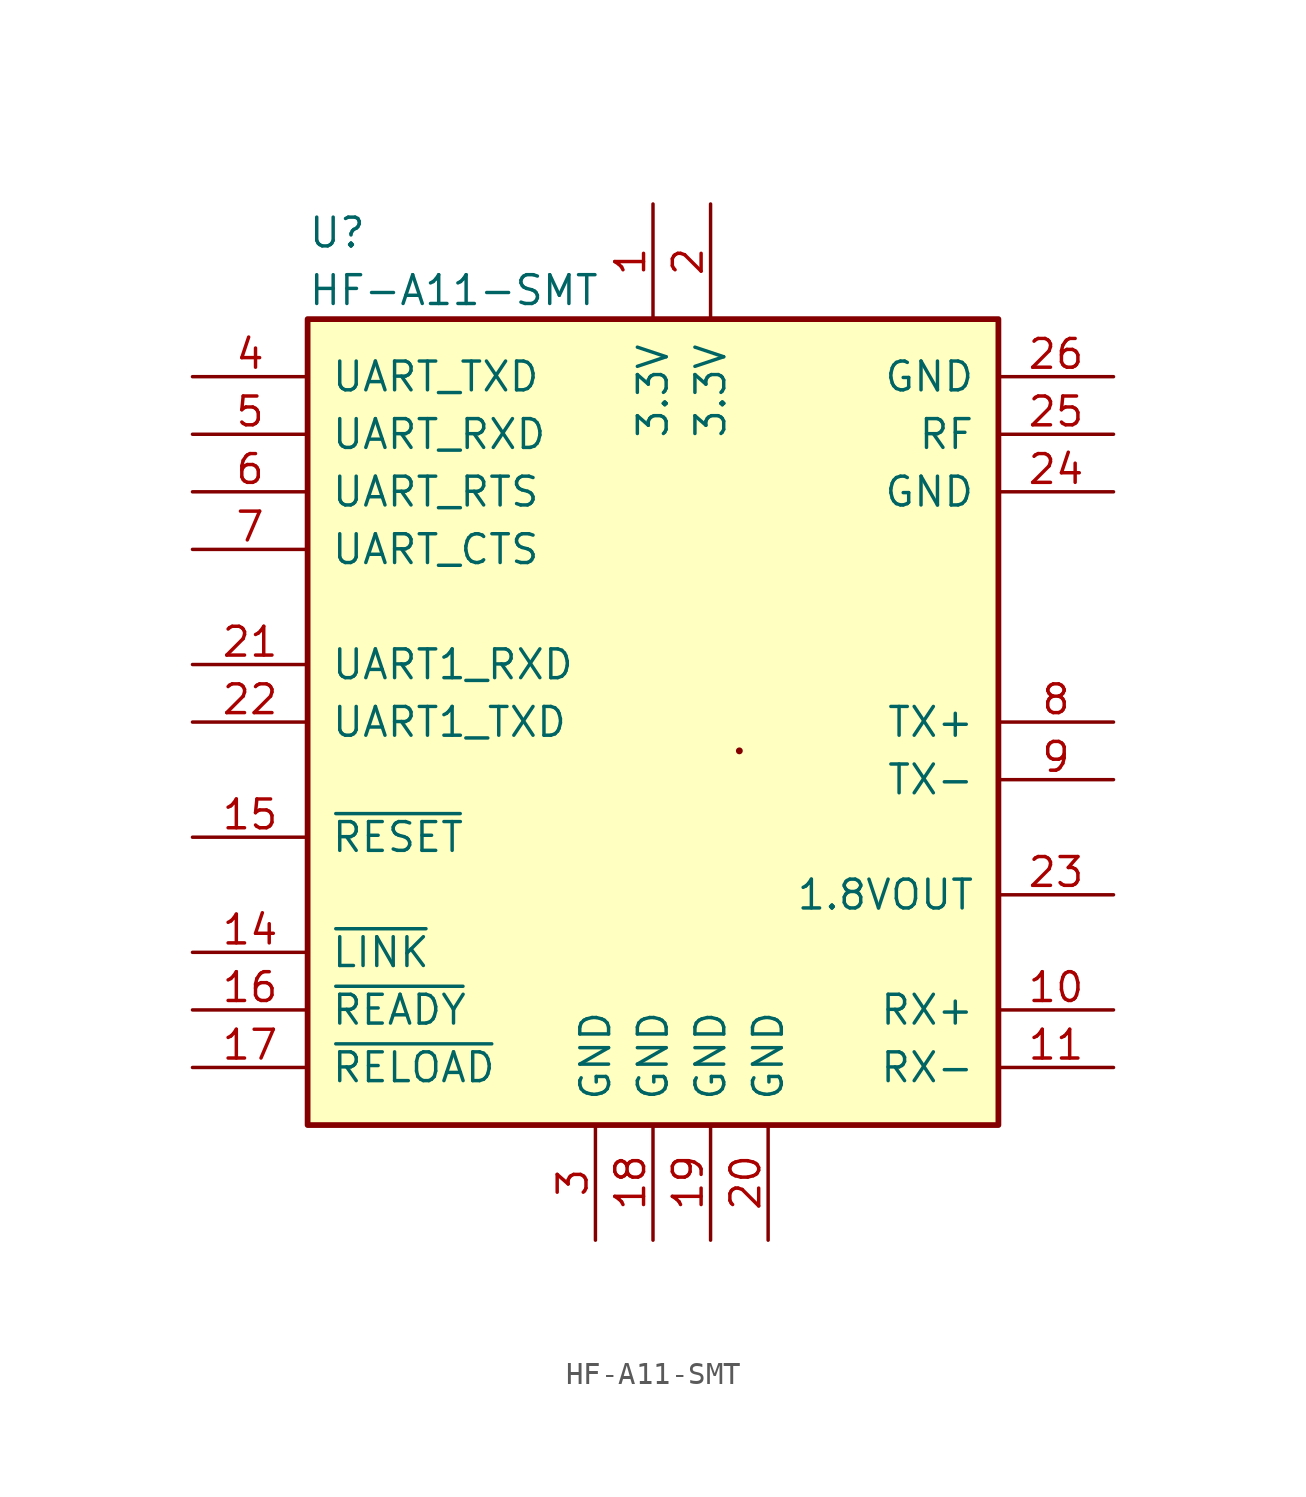
<source format=kicad_sym>
(kicad_symbol_lib
  (version 20220914)
  (generator kicad_symbol_editor)
  (symbol "HF-A11-SMT"
    (pin_names
      (offset 1.016))
    (property "Reference" "U"
      (at -15.24 21.59 0)
      (effects (font (size 1.27 1.27)) (justify left)))
    (property "Value" "HF-A11-SMT"
      (at -15.24 19.05 0)
      (effects (font (size 1.27 1.27)) (justify left)))
    (symbol "HF-A11-SMT_0_1"
      (rectangle (start -15.24 17.78) (end 15.24 -17.78) (stroke (width 0.254) (type default)) (fill (type background)))
      (circle (center 3.81 -1.27) (radius 0.0001) (stroke (width 0) (type default)) (fill (type none))))
    (symbol "HF-A11-SMT_1_1"
      (pin power_in line (at 0 22.86 270) (length 5.08) (name "3.3V" (effects (font (size 1.27 1.27)))) (number "1" (effects (font (size 1.27 1.27)))))
      (pin passive line (at 20.32 -12.7 180) (length 5.08) (name "RX+" (effects (font (size 1.27 1.27)))) (number "10" (effects (font (size 1.27 1.27)))))
      (pin passive line (at 20.32 -15.24 180) (length 5.08) (name "RX-" (effects (font (size 1.27 1.27)))) (number "11" (effects (font (size 1.27 1.27)))))
      (pin output line (at -20.32 -10.16 0) (length 5.08) (name "~{LINK}" (effects (font (size 1.27 1.27)))) (number "14" (effects (font (size 1.27 1.27)))))
      (pin input line (at -20.32 -5.08 0) (length 5.08) (name "~{RESET}" (effects (font (size 1.27 1.27)))) (number "15" (effects (font (size 1.27 1.27)))))
      (pin output line (at -20.32 -12.7 0) (length 5.08) (name "~{READY}" (effects (font (size 1.27 1.27)))) (number "16" (effects (font (size 1.27 1.27)))))
      (pin input line (at -20.32 -15.24 0) (length 5.08) (name "~{RELOAD}" (effects (font (size 1.27 1.27)))) (number "17" (effects (font (size 1.27 1.27)))))
      (pin power_in line (at 0 -22.86 90) (length 5.08) (name "GND" (effects (font (size 1.27 1.27)))) (number "18" (effects (font (size 1.27 1.27)))))
      (pin power_in line (at 2.54 -22.86 90) (length 5.08) (name "GND" (effects (font (size 1.27 1.27)))) (number "19" (effects (font (size 1.27 1.27)))))
      (pin power_in line (at 2.54 22.86 270) (length 5.08) (name "3.3V" (effects (font (size 1.27 1.27)))) (number "2" (effects (font (size 1.27 1.27)))))
      (pin power_in line (at 5.08 -22.86 90) (length 5.08) (name "GND" (effects (font (size 1.27 1.27)))) (number "20" (effects (font (size 1.27 1.27)))))
      (pin input line (at -20.32 2.54 0) (length 5.08) (name "UART1_RXD" (effects (font (size 1.27 1.27)))) (number "21" (effects (font (size 1.27 1.27)))))
      (pin output line (at -20.32 0 0) (length 5.08) (name "UART1_TXD" (effects (font (size 1.27 1.27)))) (number "22" (effects (font (size 1.27 1.27)))))
      (pin power_out line (at 20.32 -7.62 180) (length 5.08) (name "1.8VOUT" (effects (font (size 1.27 1.27)))) (number "23" (effects (font (size 1.27 1.27)))))
      (pin power_in line (at 20.32 10.16 180) (length 5.08) (name "GND" (effects (font (size 1.27 1.27)))) (number "24" (effects (font (size 1.27 1.27)))))
      (pin passive line (at 20.32 12.7 180) (length 5.08) (name "RF" (effects (font (size 1.27 1.27)))) (number "25" (effects (font (size 1.27 1.27)))))
      (pin power_in line (at 20.32 15.24 180) (length 5.08) (name "GND" (effects (font (size 1.27 1.27)))) (number "26" (effects (font (size 1.27 1.27)))))
      (pin power_in line (at -2.54 -22.86 90) (length 5.08) (name "GND" (effects (font (size 1.27 1.27)))) (number "3" (effects (font (size 1.27 1.27)))))
      (pin output line (at -20.32 15.24 0) (length 5.08) (name "UART_TXD" (effects (font (size 1.27 1.27)))) (number "4" (effects (font (size 1.27 1.27)))))
      (pin input line (at -20.32 12.7 0) (length 5.08) (name "UART_RXD" (effects (font (size 1.27 1.27)))) (number "5" (effects (font (size 1.27 1.27)))))
      (pin output line (at -20.32 10.16 0) (length 5.08) (name "UART_RTS" (effects (font (size 1.27 1.27)))) (number "6" (effects (font (size 1.27 1.27)))))
      (pin input line (at -20.32 7.62 0) (length 5.08) (name "UART_CTS" (effects (font (size 1.27 1.27)))) (number "7" (effects (font (size 1.27 1.27)))))
      (pin passive line (at 20.32 0 180) (length 5.08) (name "TX+" (effects (font (size 1.27 1.27)))) (number "8" (effects (font (size 1.27 1.27)))))
      (pin passive line (at 20.32 -2.54 180) (length 5.08) (name "TX-" (effects (font (size 1.27 1.27)))) (number "9" (effects (font (size 1.27 1.27))))))))
</source>
